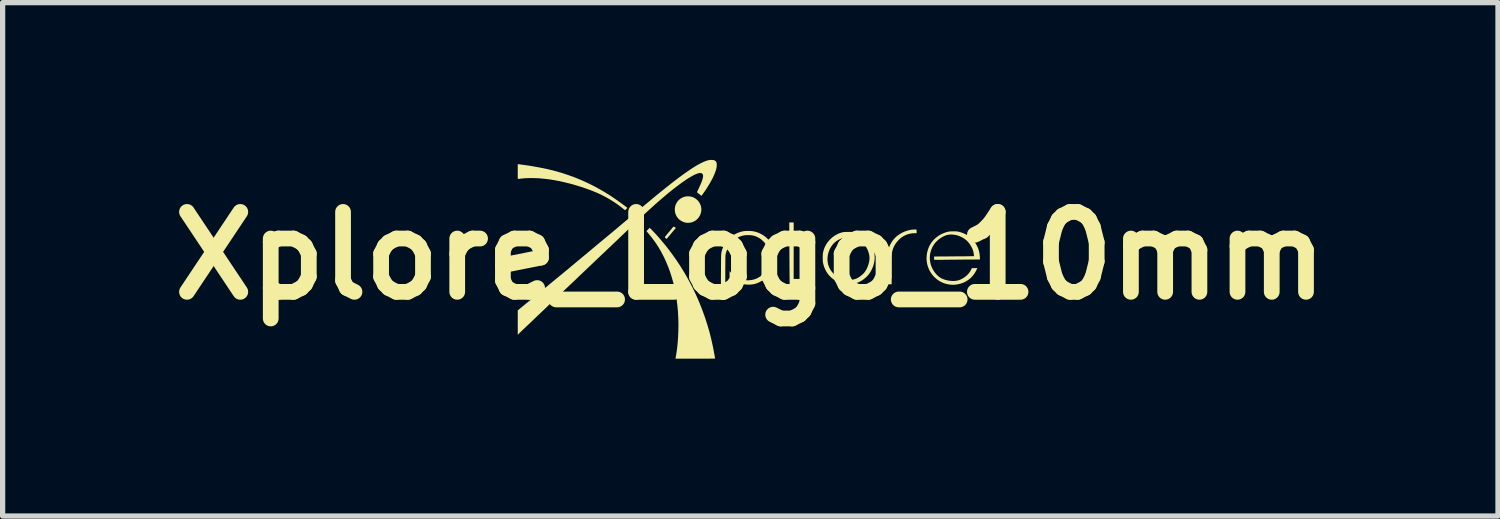
<source format=kicad_pcb>
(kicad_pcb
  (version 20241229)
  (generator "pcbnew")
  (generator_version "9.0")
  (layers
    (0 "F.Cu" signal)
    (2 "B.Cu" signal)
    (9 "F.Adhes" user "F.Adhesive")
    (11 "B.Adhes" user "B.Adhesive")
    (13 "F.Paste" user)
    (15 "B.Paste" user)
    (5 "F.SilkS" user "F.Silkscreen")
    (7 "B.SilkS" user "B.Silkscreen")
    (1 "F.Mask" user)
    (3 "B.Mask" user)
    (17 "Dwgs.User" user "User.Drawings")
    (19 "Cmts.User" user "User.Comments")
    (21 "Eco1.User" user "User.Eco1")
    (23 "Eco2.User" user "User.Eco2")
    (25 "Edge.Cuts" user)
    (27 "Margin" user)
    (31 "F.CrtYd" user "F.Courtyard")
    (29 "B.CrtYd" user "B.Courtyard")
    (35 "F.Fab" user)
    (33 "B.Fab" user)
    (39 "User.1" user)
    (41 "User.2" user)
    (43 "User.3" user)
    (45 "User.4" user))
  (footprint "Xplore_Logo_10mm"
    (layer "F.Cu")
    (at 11.256 1.825)
    (property "Reference" "Xplore_Logo_10mm" (at 0 0 0) (layer "F.SilkS") (effects (font (size 1.524 1.524) (thickness 0.3))))
    (attr board_only exclude_from_pos_files exclude_from_bom)
    (fp_poly (pts (xy 0.827 0.444) (xy 1.165 0.444) (xy 1.165 0.545) (xy 0.75 0.545) (xy 0.749 0.384) (xy 0.748 0.363) (xy 0.748 0.338) (xy 0.748 0.307) (xy 0.748 0.273) (xy 0.747 0.236) (xy 0.747 0.195) (xy 0.747 0.152) (xy 0.747 0.107) (xy 0.746 0.059) (xy 0.746 0.011) (xy 0.746 -0.039) (xy 0.746 -0.089) (xy 0.745 -0.139) (xy 0.745 -0.189) (xy 0.745 -0.205) (xy 0.743 -0.633) (xy 0.827 -0.633)) (stroke (width 0) (type solid)) (fill yes) (layer "F.SilkS"))
    (fp_poly (pts (xy -1.449 -0.548) (xy -1.44 -0.543) (xy -1.431 -0.538) (xy -1.426 -0.535) (xy -1.419 -0.53) (xy -1.507 -0.425) (xy -1.523 -0.405) (xy -1.539 -0.386) (xy -1.554 -0.369) (xy -1.567 -0.353) (xy -1.578 -0.34) (xy -1.586 -0.33) (xy -1.593 -0.323) (xy -1.596 -0.319) (xy -1.597 -0.318) (xy -1.599 -0.32) (xy -1.604 -0.324) (xy -1.611 -0.331) (xy -1.615 -0.335) (xy -1.623 -0.343) (xy -1.628 -0.35) (xy -1.63 -0.355) (xy -1.63 -0.355) (xy -1.628 -0.358) (xy -1.623 -0.364) (xy -1.615 -0.374) (xy -1.605 -0.386) (xy -1.594 -0.4) (xy -1.58 -0.417) (xy -1.565 -0.435) (xy -1.549 -0.454) (xy -1.546 -0.457) (xy -1.465 -0.555)) (stroke (width 0) (type solid)) (fill yes) (layer "F.SilkS"))
    (fp_poly (pts (xy -1.169 -1.132) (xy -1.136 -1.127) (xy -1.104 -1.119) (xy -1.073 -1.106) (xy -1.044 -1.088) (xy -1.017 -1.067) (xy -0.993 -1.043) (xy -0.973 -1.014) (xy -0.963 -0.997) (xy -0.948 -0.964) (xy -0.939 -0.93) (xy -0.934 -0.895) (xy -0.934 -0.86) (xy -0.94 -0.826) (xy -0.95 -0.791) (xy -0.96 -0.769) (xy -0.978 -0.737) (xy -1 -0.709) (xy -1.026 -0.684) (xy -1.054 -0.664) (xy -1.086 -0.647) (xy -1.121 -0.635) (xy -1.129 -0.633) (xy -1.143 -0.63) (xy -1.161 -0.628) (xy -1.18 -0.627) (xy -1.199 -0.626) (xy -1.215 -0.627) (xy -1.221 -0.628) (xy -1.257 -0.636) (xy -1.291 -0.649) (xy -1.322 -0.666) (xy -1.35 -0.686) (xy -1.375 -0.71) (xy -1.397 -0.738) (xy -1.414 -0.768) (xy -1.428 -0.802) (xy -1.436 -0.832) (xy -1.438 -0.852) (xy -1.439 -0.875) (xy -1.439 -0.899) (xy -1.436 -0.922) (xy -1.432 -0.942) (xy -1.431 -0.949) (xy -1.418 -0.984) (xy -1.401 -1.015) (xy -1.38 -1.044) (xy -1.355 -1.069) (xy -1.326 -1.091) (xy -1.303 -1.104) (xy -1.271 -1.118) (xy -1.237 -1.128) (xy -1.203 -1.132)) (stroke (width 0) (type solid)) (fill yes) (layer "F.SilkS"))
    (fp_poly (pts (xy 3.148 -0.499) (xy 3.159 -0.498) (xy 3.165 -0.498) (xy 3.167 -0.497) (xy 3.168 -0.496) (xy 3.17 -0.493) (xy 3.17 -0.487) (xy 3.171 -0.477) (xy 3.171 -0.464) (xy 3.171 -0.462) (xy 3.171 -0.429) (xy 3.142 -0.429) (xy 3.093 -0.427) (xy 3.046 -0.42) (xy 3.002 -0.408) (xy 2.96 -0.392) (xy 2.919 -0.371) (xy 2.88 -0.345) (xy 2.843 -0.314) (xy 2.838 -0.309) (xy 2.805 -0.274) (xy 2.776 -0.238) (xy 2.752 -0.2) (xy 2.731 -0.159) (xy 2.715 -0.115) (xy 2.703 -0.068) (xy 2.702 -0.068) (xy 2.702 -0.064) (xy 2.701 -0.06) (xy 2.7 -0.055) (xy 2.7 -0.051) (xy 2.699 -0.045) (xy 2.699 -0.038) (xy 2.698 -0.03) (xy 2.698 -0.02) (xy 2.698 -0.007) (xy 2.697 0.007) (xy 2.697 0.025) (xy 2.697 0.045) (xy 2.697 0.069) (xy 2.697 0.096) (xy 2.696 0.128) (xy 2.696 0.163) (xy 2.696 0.203) (xy 2.696 0.248) (xy 2.696 0.251) (xy 2.695 0.545) (xy 2.615 0.545) (xy 2.615 0.265) (xy 2.615 0.215) (xy 2.615 0.17) (xy 2.615 0.128) (xy 2.616 0.091) (xy 2.616 0.058) (xy 2.616 0.029) (xy 2.616 0.005) (xy 2.617 -0.014) (xy 2.617 -0.029) (xy 2.618 -0.038) (xy 2.618 -0.041) (xy 2.626 -0.09) (xy 2.639 -0.139) (xy 2.656 -0.186) (xy 2.679 -0.231) (xy 2.705 -0.274) (xy 2.716 -0.289) (xy 2.727 -0.304) (xy 2.741 -0.32) (xy 2.757 -0.336) (xy 2.773 -0.353) (xy 2.789 -0.368) (xy 2.803 -0.38) (xy 2.805 -0.381) (xy 2.848 -0.411) (xy 2.894 -0.438) (xy 2.942 -0.459) (xy 2.992 -0.477) (xy 3.043 -0.49) (xy 3.083 -0.496) (xy 3.094 -0.497) (xy 3.107 -0.498) (xy 3.121 -0.498) (xy 3.135 -0.499)) (stroke (width 0) (type solid)) (fill yes) (layer "F.SilkS"))
    (fp_poly (pts (xy -1.903 -0.516) (xy -1.88 -0.494) (xy -1.855 -0.467) (xy -1.827 -0.438) (xy -1.798 -0.406) (xy -1.768 -0.373) (xy -1.738 -0.338) (xy -1.707 -0.303) (xy -1.677 -0.267) (xy -1.648 -0.232) (xy -1.62 -0.199) (xy -1.594 -0.166) (xy -1.588 -0.159) (xy -1.497 -0.039) (xy -1.409 0.085) (xy -1.326 0.211) (xy -1.248 0.339) (xy -1.173 0.471) (xy -1.103 0.605) (xy -1.038 0.741) (xy -0.977 0.88) (xy -0.921 1.02) (xy -0.869 1.163) (xy -0.822 1.308) (xy -0.779 1.454) (xy -0.742 1.603) (xy -0.709 1.753) (xy -0.684 1.889) (xy -0.68 1.907) (xy -0.678 1.924) (xy -0.675 1.939) (xy -0.673 1.95) (xy -0.672 1.958) (xy -0.672 1.961) (xy -0.673 1.961) (xy -0.676 1.962) (xy -0.681 1.962) (xy -0.688 1.962) (xy -0.699 1.963) (xy -0.712 1.963) (xy -0.728 1.963) (xy -0.747 1.963) (xy -0.77 1.963) (xy -0.796 1.964) (xy -0.827 1.964) (xy -0.861 1.964) (xy -0.9 1.964) (xy -0.943 1.964) (xy -0.991 1.964) (xy -1.044 1.964) (xy -1.427 1.964) (xy -1.425 1.956) (xy -1.423 1.943) (xy -1.42 1.927) (xy -1.417 1.907) (xy -1.413 1.886) (xy -1.41 1.863) (xy -1.406 1.841) (xy -1.403 1.82) (xy -1.401 1.802) (xy -1.399 1.793) (xy -1.386 1.674) (xy -1.377 1.554) (xy -1.372 1.433) (xy -1.37 1.313) (xy -1.373 1.192) (xy -1.379 1.073) (xy -1.39 0.955) (xy -1.404 0.839) (xy -1.422 0.726) (xy -1.438 0.645) (xy -1.464 0.531) (xy -1.495 0.42) (xy -1.529 0.313) (xy -1.567 0.209) (xy -1.609 0.109) (xy -1.655 0.011) (xy -1.704 -0.083) (xy -1.758 -0.173) (xy -1.816 -0.261) (xy -1.878 -0.345) (xy -1.944 -0.426) (xy -1.949 -0.432) (xy -1.98 -0.468) (xy -1.949 -0.5) (xy -1.919 -0.533)) (stroke (width 0) (type solid)) (fill yes) (layer "F.SilkS"))
    (fp_poly (pts (xy -4.422 -1.744) (xy -4.412 -1.743) (xy -4.398 -1.741) (xy -4.38 -1.739) (xy -4.359 -1.736) (xy -4.336 -1.733) (xy -4.311 -1.729) (xy -4.285 -1.726) (xy -4.258 -1.722) (xy -4.231 -1.718) (xy -4.205 -1.714) (xy -4.18 -1.71) (xy -4.156 -1.706) (xy -4.134 -1.702) (xy -4.128 -1.701) (xy -3.991 -1.676) (xy -3.857 -1.648) (xy -3.727 -1.615) (xy -3.599 -1.579) (xy -3.475 -1.538) (xy -3.352 -1.494) (xy -3.232 -1.445) (xy -3.114 -1.392) (xy -2.998 -1.335) (xy -2.883 -1.273) (xy -2.769 -1.207) (xy -2.656 -1.136) (xy -2.618 -1.11) (xy -2.598 -1.097) (xy -2.577 -1.082) (xy -2.554 -1.066) (xy -2.529 -1.049) (xy -2.505 -1.031) (xy -2.48 -1.013) (xy -2.455 -0.996) (xy -2.432 -0.979) (xy -2.41 -0.962) (xy -2.39 -0.948) (xy -2.373 -0.935) (xy -2.36 -0.924) (xy -2.35 -0.916) (xy -2.343 -0.91) (xy -2.365 -0.889) (xy -2.373 -0.881) (xy -2.381 -0.874) (xy -2.387 -0.87) (xy -2.389 -0.869) (xy -2.392 -0.87) (xy -2.398 -0.874) (xy -2.406 -0.881) (xy -2.416 -0.889) (xy -2.421 -0.893) (xy -2.495 -0.951) (xy -2.572 -1.006) (xy -2.653 -1.058) (xy -2.737 -1.107) (xy -2.823 -1.152) (xy -2.911 -1.194) (xy -3.001 -1.231) (xy -3.016 -1.237) (xy -3.121 -1.276) (xy -3.226 -1.312) (xy -3.331 -1.344) (xy -3.434 -1.373) (xy -3.535 -1.398) (xy -3.636 -1.421) (xy -3.734 -1.439) (xy -3.831 -1.455) (xy -3.925 -1.466) (xy -4.018 -1.475) (xy -4.107 -1.479) (xy -4.194 -1.48) (xy -4.278 -1.478) (xy -4.358 -1.471) (xy -4.399 -1.466) (xy -4.411 -1.465) (xy -4.421 -1.464) (xy -4.428 -1.463) (xy -4.431 -1.463) (xy -4.432 -1.463) (xy -4.432 -1.466) (xy -4.433 -1.471) (xy -4.433 -1.479) (xy -4.434 -1.489) (xy -4.434 -1.503) (xy -4.434 -1.521) (xy -4.434 -1.542) (xy -4.434 -1.568) (xy -4.434 -1.599) (xy -4.434 -1.744) (xy -4.428 -1.744)) (stroke (width 0) (type solid)) (fill yes) (layer "F.SilkS"))
    (fp_poly (pts (xy 1.893 -0.453) (xy 1.912 -0.453) (xy 1.926 -0.453) (xy 1.938 -0.453) (xy 1.948 -0.452) (xy 1.956 -0.451) (xy 1.965 -0.45) (xy 1.973 -0.448) (xy 1.976 -0.448) (xy 2.024 -0.436) (xy 2.069 -0.419) (xy 2.111 -0.398) (xy 2.152 -0.373) (xy 2.191 -0.342) (xy 2.229 -0.307) (xy 2.241 -0.294) (xy 2.274 -0.256) (xy 2.302 -0.215) (xy 2.326 -0.172) (xy 2.344 -0.128) (xy 2.358 -0.082) (xy 2.367 -0.036) (xy 2.371 0.012) (xy 2.371 0.06) (xy 2.365 0.109) (xy 2.355 0.158) (xy 2.34 0.207) (xy 2.319 0.256) (xy 2.313 0.269) (xy 2.292 0.307) (xy 2.268 0.343) (xy 2.242 0.376) (xy 2.215 0.404) (xy 2.207 0.412) (xy 2.168 0.445) (xy 2.129 0.472) (xy 2.089 0.495) (xy 2.049 0.513) (xy 2.008 0.526) (xy 1.977 0.532) (xy 1.964 0.535) (xy 1.951 0.536) (xy 1.94 0.537) (xy 1.934 0.538) (xy 1.92 0.538) (xy 1.92 0.464) (xy 1.948 0.458) (xy 1.978 0.451) (xy 2.005 0.443) (xy 2.029 0.434) (xy 2.052 0.422) (xy 2.075 0.408) (xy 2.099 0.39) (xy 2.123 0.371) (xy 2.144 0.353) (xy 2.161 0.337) (xy 2.175 0.32) (xy 2.189 0.302) (xy 2.194 0.294) (xy 2.216 0.257) (xy 2.235 0.216) (xy 2.25 0.174) (xy 2.263 0.13) (xy 2.27 0.087) (xy 2.272 0.079) (xy 2.273 0.043) (xy 2.27 0.005) (xy 2.263 -0.033) (xy 2.252 -0.072) (xy 2.237 -0.11) (xy 2.218 -0.148) (xy 2.196 -0.183) (xy 2.174 -0.213) (xy 2.148 -0.241) (xy 2.117 -0.267) (xy 2.083 -0.29) (xy 2.046 -0.31) (xy 2.007 -0.327) (xy 1.966 -0.339) (xy 1.945 -0.344) (xy 1.922 -0.348) (xy 1.897 -0.35) (xy 1.869 -0.35) (xy 1.842 -0.35) (xy 1.817 -0.347) (xy 1.796 -0.344) (xy 1.75 -0.332) (xy 1.708 -0.315) (xy 1.668 -0.295) (xy 1.631 -0.27) (xy 1.598 -0.242) (xy 1.568 -0.209) (xy 1.542 -0.173) (xy 1.519 -0.133) (xy 1.502 -0.094) (xy 1.487 -0.05) (xy 1.477 -0.006) (xy 1.472 0.039) (xy 1.471 0.083) (xy 1.476 0.126) (xy 1.484 0.168) (xy 1.498 0.209) (xy 1.516 0.248) (xy 1.538 0.285) (xy 1.565 0.319) (xy 1.577 0.333) (xy 1.606 0.36) (xy 1.635 0.384) (xy 1.667 0.404) (xy 1.702 0.422) (xy 1.739 0.437) (xy 1.781 0.45) (xy 1.801 0.455) (xy 1.824 0.461) (xy 1.824 0.536) (xy 1.804 0.534) (xy 1.787 0.532) (xy 1.767 0.528) (xy 1.745 0.523) (xy 1.724 0.518) (xy 1.706 0.512) (xy 1.703 0.511) (xy 1.658 0.493) (xy 1.615 0.47) (xy 1.575 0.443) (xy 1.538 0.412) (xy 1.504 0.378) (xy 1.474 0.34) (xy 1.447 0.299) (xy 1.425 0.255) (xy 1.406 0.209) (xy 1.392 0.16) (xy 1.389 0.146) (xy 1.386 0.136) (xy 1.385 0.127) (xy 1.384 0.118) (xy 1.383 0.11) (xy 1.382 0.099) (xy 1.382 0.087) (xy 1.381 0.072) (xy 1.381 0.053) (xy 1.381 0.041) (xy 1.381 0.015) (xy 1.382 -0.008) (xy 1.383 -0.028) (xy 1.385 -0.045) (xy 1.387 -0.061) (xy 1.391 -0.078) (xy 1.396 -0.095) (xy 1.401 -0.114) (xy 1.403 -0.12) (xy 1.42 -0.164) (xy 1.442 -0.206) (xy 1.467 -0.246) (xy 1.497 -0.283) (xy 1.529 -0.318) (xy 1.565 -0.35) (xy 1.603 -0.378) (xy 1.643 -0.402) (xy 1.685 -0.422) (xy 1.716 -0.434) (xy 1.734 -0.439) (xy 1.749 -0.443) (xy 1.763 -0.447) (xy 1.776 -0.449) (xy 1.791 -0.451) (xy 1.807 -0.452) (xy 1.825 -0.453) (xy 1.847 -0.453) (xy 1.871 -0.453)) (stroke (width 0) (type solid)) (fill yes) (layer "F.SilkS"))
    (fp_poly (pts (xy 3.872 -0.464) (xy 3.893 -0.464) (xy 3.909 -0.464) (xy 3.922 -0.463) (xy 3.933 -0.463) (xy 3.942 -0.462) (xy 3.951 -0.46) (xy 3.96 -0.459) (xy 3.97 -0.457) (xy 4.021 -0.443) (xy 4.069 -0.425) (xy 4.115 -0.403) (xy 4.158 -0.377) (xy 4.198 -0.346) (xy 4.234 -0.312) (xy 4.267 -0.274) (xy 4.297 -0.232) (xy 4.323 -0.186) (xy 4.326 -0.18) (xy 4.345 -0.136) (xy 4.36 -0.089) (xy 4.37 -0.04) (xy 4.376 0.011) (xy 4.378 0.049) (xy 4.378 0.072) (xy 4.155 0.074) (xy 4.114 0.074) (xy 4.07 0.074) (xy 4.023 0.075) (xy 3.974 0.075) (xy 3.925 0.076) (xy 3.876 0.076) (xy 3.828 0.076) (xy 3.784 0.077) (xy 3.742 0.077) (xy 3.72 0.077) (xy 3.687 0.078) (xy 3.656 0.078) (xy 3.627 0.078) (xy 3.6 0.078) (xy 3.576 0.078) (xy 3.554 0.079) (xy 3.537 0.079) (xy 3.523 0.079) (xy 3.513 0.079) (xy 3.508 0.078) (xy 3.507 0.078) (xy 3.506 0.076) (xy 3.506 0.069) (xy 3.505 0.059) (xy 3.505 0.047) (xy 3.504 0.016) (xy 3.749 0.015) (xy 3.788 0.014) (xy 3.828 0.014) (xy 3.869 0.014) (xy 3.91 0.013) (xy 3.95 0.013) (xy 3.988 0.013) (xy 4.025 0.012) (xy 4.059 0.012) (xy 4.089 0.012) (xy 4.115 0.011) (xy 4.129 0.011) (xy 4.264 0.01) (xy 4.264 -0.004) (xy 4.263 -0.017) (xy 4.261 -0.033) (xy 4.258 -0.051) (xy 4.254 -0.07) (xy 4.25 -0.088) (xy 4.246 -0.101) (xy 4.232 -0.137) (xy 4.213 -0.174) (xy 4.191 -0.21) (xy 4.165 -0.246) (xy 4.157 -0.255) (xy 4.128 -0.286) (xy 4.094 -0.315) (xy 4.057 -0.339) (xy 4.018 -0.36) (xy 3.976 -0.378) (xy 3.933 -0.391) (xy 3.889 -0.399) (xy 3.844 -0.403) (xy 3.829 -0.403) (xy 3.796 -0.402) (xy 3.764 -0.397) (xy 3.732 -0.389) (xy 3.701 -0.376) (xy 3.668 -0.36) (xy 3.66 -0.355) (xy 3.631 -0.338) (xy 3.607 -0.321) (xy 3.583 -0.303) (xy 3.562 -0.283) (xy 3.536 -0.257) (xy 3.514 -0.231) (xy 3.495 -0.203) (xy 3.477 -0.173) (xy 3.47 -0.159) (xy 3.451 -0.115) (xy 3.437 -0.07) (xy 3.427 -0.025) (xy 3.423 0.022) (xy 3.423 0.068) (xy 3.429 0.115) (xy 3.438 0.16) (xy 3.453 0.205) (xy 3.473 0.248) (xy 3.485 0.27) (xy 3.51 0.309) (xy 3.538 0.345) (xy 3.568 0.376) (xy 3.599 0.403) (xy 3.632 0.425) (xy 3.65 0.435) (xy 3.682 0.449) (xy 3.716 0.46) (xy 3.754 0.47) (xy 3.792 0.477) (xy 3.831 0.481) (xy 3.869 0.483) (xy 3.883 0.482) (xy 3.915 0.48) (xy 3.945 0.475) (xy 3.973 0.468) (xy 4.001 0.458) (xy 4.023 0.448) (xy 4.062 0.426) (xy 4.099 0.401) (xy 4.132 0.373) (xy 4.161 0.342) (xy 4.187 0.308) (xy 4.208 0.273) (xy 4.212 0.263) (xy 4.224 0.238) (xy 4.275 0.237) (xy 4.291 0.237) (xy 4.305 0.236) (xy 4.316 0.236) (xy 4.324 0.236) (xy 4.328 0.236) (xy 4.328 0.236) (xy 4.327 0.239) (xy 4.325 0.246) (xy 4.32 0.255) (xy 4.315 0.266) (xy 4.309 0.279) (xy 4.302 0.292) (xy 4.295 0.305) (xy 4.288 0.316) (xy 4.288 0.317) (xy 4.261 0.358) (xy 4.231 0.395) (xy 4.199 0.428) (xy 4.163 0.457) (xy 4.124 0.483) (xy 4.082 0.506) (xy 4.046 0.521) (xy 4.009 0.533) (xy 3.969 0.543) (xy 3.93 0.55) (xy 3.891 0.554) (xy 3.854 0.555) (xy 3.832 0.554) (xy 3.793 0.549) (xy 3.758 0.543) (xy 3.725 0.535) (xy 3.693 0.525) (xy 3.683 0.521) (xy 3.636 0.5) (xy 3.592 0.475) (xy 3.552 0.446) (xy 3.514 0.412) (xy 3.508 0.407) (xy 3.474 0.369) (xy 3.445 0.329) (xy 3.419 0.287) (xy 3.399 0.242) (xy 3.382 0.196) (xy 3.37 0.149) (xy 3.363 0.101) (xy 3.36 0.052) (xy 3.363 0.002) (xy 3.369 -0.047) (xy 3.381 -0.096) (xy 3.397 -0.145) (xy 3.41 -0.176) (xy 3.433 -0.219) (xy 3.461 -0.26) (xy 3.492 -0.298) (xy 3.528 -0.333) (xy 3.569 -0.365) (xy 3.587 -0.378) (xy 3.632 -0.405) (xy 3.679 -0.427) (xy 3.728 -0.445) (xy 3.778 -0.458) (xy 3.788 -0.46) (xy 3.797 -0.461) (xy 3.807 -0.462) (xy 3.817 -0.463) (xy 3.829 -0.463) (xy 3.844 -0.464) (xy 3.863 -0.464)) (stroke (width 0) (type solid)) (fill yes) (layer "F.SilkS"))
    (fp_poly (pts (xy -0.014 -0.472) (xy 0.033 -0.468) (xy 0.076 -0.461) (xy 0.118 -0.45) (xy 0.16 -0.435) (xy 0.19 -0.421) (xy 0.235 -0.397) (xy 0.277 -0.368) (xy 0.315 -0.336) (xy 0.35 -0.3) (xy 0.38 -0.261) (xy 0.407 -0.219) (xy 0.43 -0.174) (xy 0.449 -0.128) (xy 0.463 -0.079) (xy 0.472 -0.028) (xy 0.472 -0.027) (xy 0.474 -0.009) (xy 0.475 0.013) (xy 0.475 0.036) (xy 0.475 0.06) (xy 0.474 0.084) (xy 0.472 0.105) (xy 0.47 0.123) (xy 0.469 0.125) (xy 0.458 0.175) (xy 0.442 0.223) (xy 0.421 0.269) (xy 0.395 0.312) (xy 0.365 0.353) (xy 0.33 0.391) (xy 0.294 0.426) (xy 0.253 0.458) (xy 0.211 0.485) (xy 0.169 0.508) (xy 0.125 0.526) (xy 0.085 0.539) (xy 0.043 0.547) (xy -0.000289 0.552) (xy -0.046 0.552) (xy -0.093 0.549) (xy -0.141 0.541) (xy -0.189 0.53) (xy -0.193 0.529) (xy -0.215 0.522) (xy -0.238 0.514) (xy -0.26 0.505) (xy -0.282 0.497) (xy -0.3 0.488) (xy -0.316 0.48) (xy -0.319 0.478) (xy -0.334 0.469) (xy -0.349 0.457) (xy -0.363 0.445) (xy -0.376 0.434) (xy -0.386 0.423) (xy -0.387 0.422) (xy -0.395 0.411) (xy -0.395 0.353) (xy -0.395 0.336) (xy -0.395 0.321) (xy -0.395 0.309) (xy -0.394 0.3) (xy -0.394 0.295) (xy -0.393 0.295) (xy -0.391 0.297) (xy -0.387 0.302) (xy -0.381 0.309) (xy -0.381 0.309) (xy -0.372 0.321) (xy -0.359 0.334) (xy -0.345 0.349) (xy -0.329 0.363) (xy -0.313 0.376) (xy -0.299 0.387) (xy -0.294 0.39) (xy -0.259 0.411) (xy -0.22 0.43) (xy -0.181 0.446) (xy -0.142 0.457) (xy -0.098 0.466) (xy -0.054 0.47) (xy -0.009 0.468) (xy 0.035 0.462) (xy 0.078 0.451) (xy 0.119 0.436) (xy 0.159 0.415) (xy 0.19 0.396) (xy 0.202 0.386) (xy 0.217 0.374) (xy 0.233 0.359) (xy 0.249 0.342) (xy 0.265 0.326) (xy 0.28 0.309) (xy 0.292 0.295) (xy 0.3 0.284) (xy 0.322 0.25) (xy 0.34 0.213) (xy 0.355 0.175) (xy 0.367 0.135) (xy 0.368 0.129) (xy 0.372 0.106) (xy 0.375 0.079) (xy 0.376 0.05) (xy 0.377 0.022) (xy 0.375 -0.003) (xy 0.369 -0.049) (xy 0.359 -0.093) (xy 0.345 -0.134) (xy 0.326 -0.172) (xy 0.303 -0.209) (xy 0.275 -0.245) (xy 0.242 -0.28) (xy 0.239 -0.282) (xy 0.219 -0.301) (xy 0.2 -0.316) (xy 0.182 -0.329) (xy 0.162 -0.341) (xy 0.141 -0.352) (xy 0.114 -0.365) (xy 0.087 -0.375) (xy 0.057 -0.383) (xy 0.052 -0.384) (xy 0.04 -0.387) (xy 0.029 -0.389) (xy 0.017 -0.39) (xy 0.003 -0.391) (xy -0.014 -0.392) (xy -0.025 -0.392) (xy -0.059 -0.392) (xy -0.09 -0.391) (xy -0.119 -0.387) (xy -0.147 -0.381) (xy -0.176 -0.373) (xy -0.194 -0.366) (xy -0.233 -0.35) (xy -0.271 -0.328) (xy -0.306 -0.303) (xy -0.339 -0.274) (xy -0.369 -0.242) (xy -0.395 -0.208) (xy -0.403 -0.195) (xy -0.427 -0.152) (xy -0.446 -0.107) (xy -0.462 -0.061) (xy -0.471 -0.026) (xy -0.471 -0.023) (xy -0.472 -0.019) (xy -0.473 -0.015) (xy -0.473 -0.011) (xy -0.474 -0.006) (xy -0.474 0.001) (xy -0.474 0.009) (xy -0.475 0.018) (xy -0.475 0.029) (xy -0.475 0.043) (xy -0.475 0.058) (xy -0.476 0.077) (xy -0.476 0.098) (xy -0.476 0.122) (xy -0.476 0.15) (xy -0.476 0.181) (xy -0.477 0.216) (xy -0.477 0.255) (xy -0.477 0.298) (xy -0.477 0.347) (xy -0.477 0.399) (xy -0.477 0.42) (xy -0.479 0.842) (xy -0.504 0.843) (xy -0.517 0.844) (xy -0.53 0.845) (xy -0.542 0.845) (xy -0.545 0.845) (xy -0.562 0.845) (xy -0.56 0.418) (xy -0.56 0.361) (xy -0.559 0.309) (xy -0.559 0.261) (xy -0.559 0.218) (xy -0.559 0.18) (xy -0.558 0.145) (xy -0.558 0.114) (xy -0.558 0.087) (xy -0.558 0.063) (xy -0.557 0.042) (xy -0.557 0.024) (xy -0.557 0.009) (xy -0.556 -0.004) (xy -0.556 -0.014) (xy -0.555 -0.023) (xy -0.555 -0.03) (xy -0.555 -0.035) (xy -0.554 -0.037) (xy -0.546 -0.083) (xy -0.533 -0.127) (xy -0.514 -0.171) (xy -0.491 -0.213) (xy -0.463 -0.254) (xy -0.436 -0.288) (xy -0.4 -0.327) (xy -0.363 -0.361) (xy -0.324 -0.39) (xy -0.283 -0.415) (xy -0.24 -0.435) (xy -0.194 -0.451) (xy -0.144 -0.464) (xy -0.144 -0.464) (xy -0.13 -0.467) (xy -0.116 -0.469) (xy -0.1 -0.47) (xy -0.083 -0.471) (xy -0.063 -0.472)) (stroke (width 0) (type solid)) (fill yes) (layer "F.SilkS"))
    (fp_poly (pts (xy -0.723 -1.825) (xy -0.707 -1.824) (xy -0.693 -1.821) (xy -0.682 -1.816) (xy -0.671 -1.81) (xy -0.669 -1.808) (xy -0.658 -1.799) (xy -0.651 -1.789) (xy -0.645 -1.778) (xy -0.642 -1.764) (xy -0.64 -1.746) (xy -0.64 -1.73) (xy -0.641 -1.702) (xy -0.646 -1.671) (xy -0.654 -1.637) (xy -0.666 -1.601) (xy -0.681 -1.561) (xy -0.699 -1.519) (xy -0.709 -1.498) (xy -0.725 -1.466) (xy -0.744 -1.431) (xy -0.765 -1.393) (xy -0.788 -1.354) (xy -0.812 -1.315) (xy -0.837 -1.275) (xy -0.863 -1.236) (xy -0.889 -1.199) (xy -0.914 -1.165) (xy -0.924 -1.151) (xy -0.932 -1.14) (xy -0.951 -1.156) (xy -0.962 -1.165) (xy -0.975 -1.175) (xy -0.987 -1.185) (xy -0.994 -1.191) (xy -1.018 -1.21) (xy -1.006 -1.235) (xy -0.99 -1.268) (xy -0.976 -1.299) (xy -0.963 -1.328) (xy -0.951 -1.353) (xy -0.942 -1.374) (xy -0.934 -1.391) (xy -0.93 -1.403) (xy -0.918 -1.436) (xy -0.909 -1.465) (xy -0.903 -1.491) (xy -0.9 -1.513) (xy -0.9 -1.531) (xy -0.902 -1.54) (xy -0.907 -1.551) (xy -0.915 -1.562) (xy -0.925 -1.57) (xy -0.93 -1.573) (xy -0.944 -1.576) (xy -0.963 -1.576) (xy -0.984 -1.573) (xy -1.009 -1.565) (xy -1.037 -1.555) (xy -1.068 -1.541) (xy -1.102 -1.523) (xy -1.138 -1.502) (xy -1.177 -1.479) (xy -1.219 -1.452) (xy -1.263 -1.422) (xy -1.31 -1.389) (xy -1.359 -1.353) (xy -1.41 -1.315) (xy -1.463 -1.274) (xy -1.518 -1.23) (xy -1.575 -1.184) (xy -1.633 -1.135) (xy -1.693 -1.084) (xy -1.755 -1.031) (xy -1.818 -0.975) (xy -1.882 -0.917) (xy -1.948 -0.857) (xy -2.014 -0.796) (xy -2.05 -0.762) (xy -2.066 -0.746) (xy -2.086 -0.728) (xy -2.109 -0.706) (xy -2.135 -0.681) (xy -2.164 -0.654) (xy -2.195 -0.624) (xy -2.229 -0.592) (xy -2.266 -0.557) (xy -2.304 -0.521) (xy -2.345 -0.482) (xy -2.388 -0.441) (xy -2.433 -0.398) (xy -2.48 -0.354) (xy -2.528 -0.308) (xy -2.578 -0.26) (xy -2.63 -0.211) (xy -2.682 -0.161) (xy -2.736 -0.11) (xy -2.791 -0.058) (xy -2.847 -0.005) (xy -2.904 0.049) (xy -2.961 0.104) (xy -3.019 0.159) (xy -3.077 0.214) (xy -3.136 0.27) (xy -3.195 0.326) (xy -3.254 0.382) (xy -3.312 0.438) (xy -3.371 0.494) (xy -3.429 0.549) (xy -3.487 0.604) (xy -3.544 0.658) (xy -3.6 0.712) (xy -3.656 0.765) (xy -3.711 0.817) (xy -3.764 0.868) (xy -3.817 0.918) (xy -3.868 0.966) (xy -3.917 1.014) (xy -3.965 1.059) (xy -4.011 1.103) (xy -4.056 1.145) (xy -4.098 1.186) (xy -4.138 1.224) (xy -4.176 1.261) (xy -4.212 1.295) (xy -4.245 1.326) (xy -4.276 1.355) (xy -4.304 1.382) (xy -4.329 1.406) (xy -4.351 1.427) (xy -4.37 1.445) (xy -4.385 1.46) (xy -4.398 1.472) (xy -4.406 1.48) (xy -4.412 1.485) (xy -4.412 1.486) (xy -4.434 1.508) (xy -4.434 1.275) (xy -4.434 1.043) (xy -4.284 0.92) (xy -4.171 0.828) (xy -4.055 0.732) (xy -3.935 0.634) (xy -3.811 0.531) (xy -3.683 0.426) (xy -3.551 0.317) (xy -3.415 0.204) (xy -3.276 0.088) (xy -3.132 -0.031) (xy -2.985 -0.154) (xy -2.834 -0.28) (xy -2.678 -0.409) (xy -2.519 -0.542) (xy -2.485 -0.571) (xy -2.422 -0.624) (xy -2.363 -0.673) (xy -2.308 -0.719) (xy -2.256 -0.762) (xy -2.208 -0.803) (xy -2.162 -0.841) (xy -2.12 -0.876) (xy -2.08 -0.909) (xy -2.044 -0.94) (xy -2.009 -0.969) (xy -1.977 -0.995) (xy -1.947 -1.02) (xy -1.919 -1.043) (xy -1.893 -1.065) (xy -1.869 -1.085) (xy -1.846 -1.104) (xy -1.825 -1.121) (xy -1.805 -1.138) (xy -1.786 -1.154) (xy -1.767 -1.169) (xy -1.75 -1.183) (xy -1.733 -1.197) (xy -1.716 -1.21) (xy -1.699 -1.224) (xy -1.683 -1.237) (xy -1.666 -1.25) (xy -1.65 -1.264) (xy -1.633 -1.277) (xy -1.615 -1.292) (xy -1.613 -1.293) (xy -1.583 -1.317) (xy -1.557 -1.337) (xy -1.534 -1.355) (xy -1.514 -1.372) (xy -1.495 -1.386) (xy -1.478 -1.4) (xy -1.461 -1.413) (xy -1.444 -1.426) (xy -1.427 -1.439) (xy -1.409 -1.452) (xy -1.39 -1.467) (xy -1.373 -1.48) (xy -1.309 -1.527) (xy -1.249 -1.571) (xy -1.191 -1.611) (xy -1.137 -1.648) (xy -1.086 -1.681) (xy -1.038 -1.711) (xy -0.993 -1.737) (xy -0.951 -1.759) (xy -0.911 -1.779) (xy -0.875 -1.795) (xy -0.841 -1.808) (xy -0.81 -1.817) (xy -0.796 -1.821) (xy -0.784 -1.823) (xy -0.774 -1.824) (xy -0.761 -1.825) (xy -0.746 -1.825) (xy -0.744 -1.825)) (stroke (width 0) (type solid)) (fill yes) (layer "F.SilkS")))
  (gr_rect
    (start -3 -3)
    (end 25.512 6.789)
    (stroke (width 0.1) (type default))
    (fill no)
    (layer "Edge.Cuts")))
</source>
